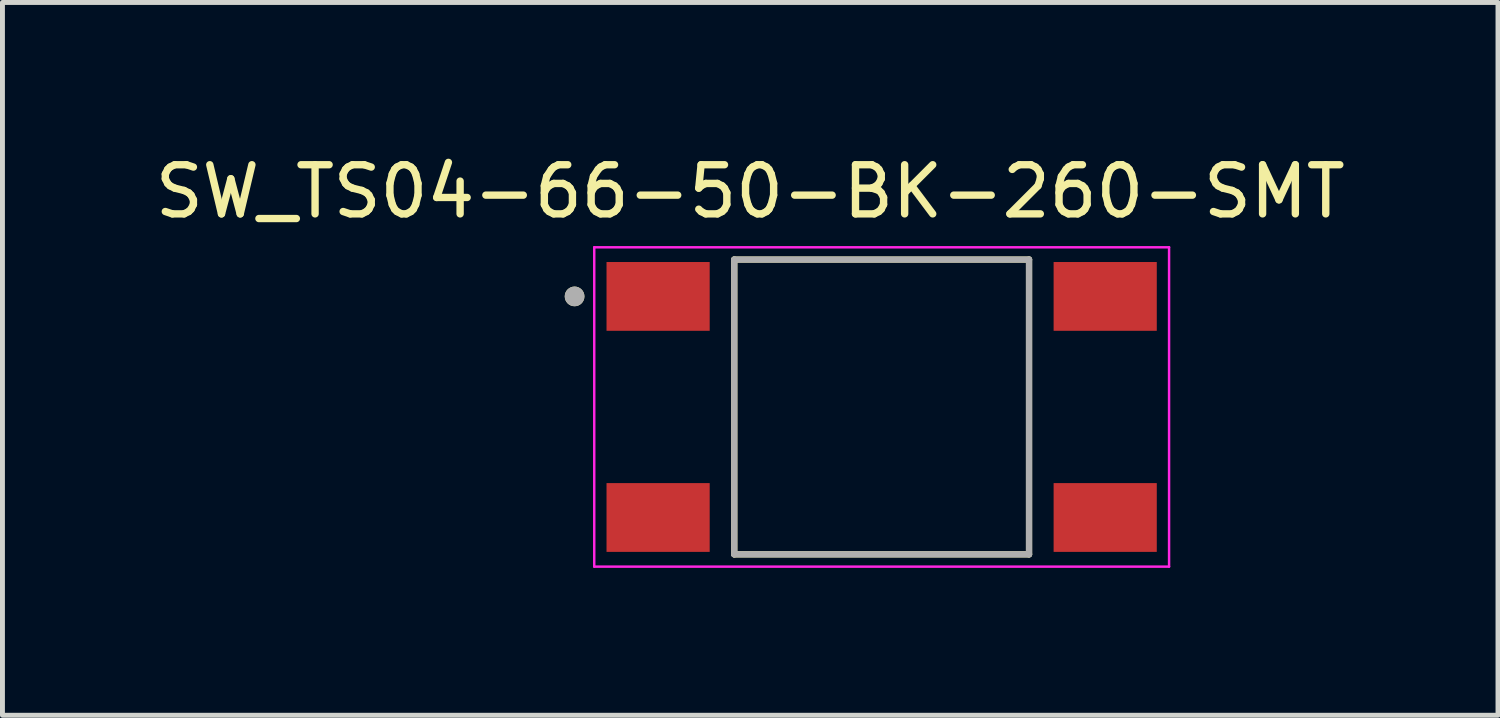
<source format=kicad_pcb>
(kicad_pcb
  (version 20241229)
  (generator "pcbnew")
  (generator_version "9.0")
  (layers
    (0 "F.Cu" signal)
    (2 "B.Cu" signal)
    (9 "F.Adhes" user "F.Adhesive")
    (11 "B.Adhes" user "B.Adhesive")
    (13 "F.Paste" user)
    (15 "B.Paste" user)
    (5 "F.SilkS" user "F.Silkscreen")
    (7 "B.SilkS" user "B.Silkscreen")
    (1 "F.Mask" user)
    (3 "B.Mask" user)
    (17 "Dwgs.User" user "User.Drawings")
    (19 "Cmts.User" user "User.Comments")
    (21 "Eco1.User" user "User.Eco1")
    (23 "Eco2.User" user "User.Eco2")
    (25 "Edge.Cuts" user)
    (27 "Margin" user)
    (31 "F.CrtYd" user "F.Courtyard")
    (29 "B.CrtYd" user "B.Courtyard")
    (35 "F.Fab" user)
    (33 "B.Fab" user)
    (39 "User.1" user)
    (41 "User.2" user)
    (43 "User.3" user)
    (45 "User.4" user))
  (footprint "SW_TS04-66-50-BK-260-SMT"
    (layer "F.Cu")
    (at 14.895 5.233)
    (property "Reference" "SW_TS04-66-50-BK-260-SMT" (at -2.675 -4.385 0) (layer "F.SilkS") (effects (font (size 1 1) (thickness 0.15))))
    (attr smd)
    (fp_line (start -3 -3) (end -3 3) (stroke (width 0.127) (type solid)) (layer "F.SilkS"))
    (fp_line (start -3 3) (end 3 3) (stroke (width 0.127) (type solid)) (layer "F.SilkS"))
    (fp_line (start 3 -3) (end -3 -3) (stroke (width 0.127) (type solid)) (layer "F.SilkS"))
    (fp_line (start 3 3) (end 3 -3) (stroke (width 0.127) (type solid)) (layer "F.SilkS"))
    (fp_circle (center -6.25 -2.25) (end -6.15 -2.25) (stroke (width 0.2) (type solid)) (fill no) (layer "F.SilkS"))
    (fp_line (start -5.85 -3.25) (end -5.85 3.25) (stroke (width 0.05) (type solid)) (layer "F.CrtYd"))
    (fp_line (start -5.85 3.25) (end 5.85 3.25) (stroke (width 0.05) (type solid)) (layer "F.CrtYd"))
    (fp_line (start 5.85 -3.25) (end -5.85 -3.25) (stroke (width 0.05) (type solid)) (layer "F.CrtYd"))
    (fp_line (start 5.85 3.25) (end 5.85 -3.25) (stroke (width 0.05) (type solid)) (layer "F.CrtYd"))
    (fp_line (start -3 -3) (end -3 3) (stroke (width 0.127) (type solid)) (layer "F.Fab"))
    (fp_line (start -3 3) (end 3 3) (stroke (width 0.127) (type solid)) (layer "F.Fab"))
    (fp_line (start 3 -3) (end -3 -3) (stroke (width 0.127) (type solid)) (layer "F.Fab"))
    (fp_line (start 3 3) (end 3 -3) (stroke (width 0.127) (type solid)) (layer "F.Fab"))
    (fp_circle (center -6.25 -2.25) (end -6.15 -2.25) (stroke (width 0.2) (type solid)) (fill no) (layer "F.Fab"))
    (pad "1" smd rect (at -4.55 -2.25) (size 2.1 1.4) (layers "F.Cu" "F.Mask" "F.Paste"))
    (pad "2" smd rect (at -4.55 2.25) (size 2.1 1.4) (layers "F.Cu" "F.Mask" "F.Paste"))
    (pad "3" smd rect (at 4.55 -2.25) (size 2.1 1.4) (layers "F.Cu" "F.Mask" "F.Paste"))
    (pad "4" smd rect (at 4.55 2.25) (size 2.1 1.4) (layers "F.Cu" "F.Mask" "F.Paste")))
  (gr_rect
    (start -3 -3)
    (end 27.44 11.508)
    (stroke (width 0.1) (type default))
    (fill no)
    (layer "Edge.Cuts")))
</source>
